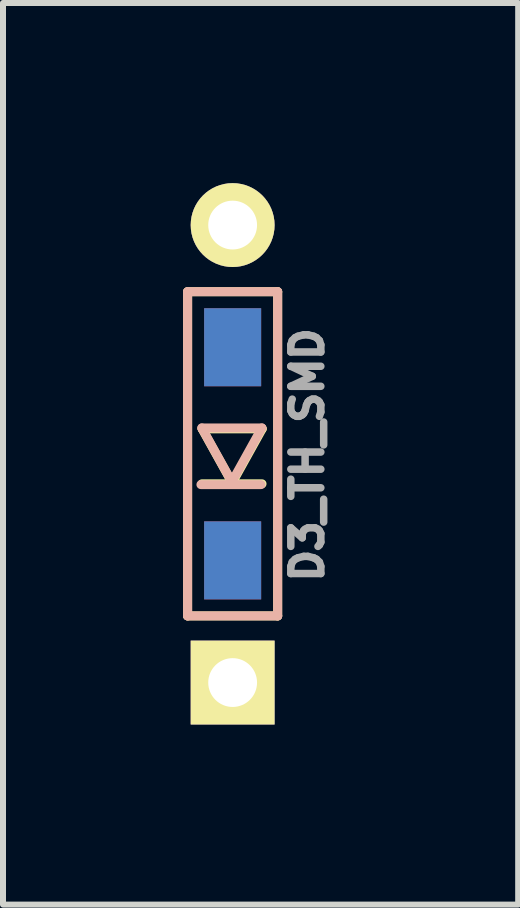
<source format=kicad_pcb>
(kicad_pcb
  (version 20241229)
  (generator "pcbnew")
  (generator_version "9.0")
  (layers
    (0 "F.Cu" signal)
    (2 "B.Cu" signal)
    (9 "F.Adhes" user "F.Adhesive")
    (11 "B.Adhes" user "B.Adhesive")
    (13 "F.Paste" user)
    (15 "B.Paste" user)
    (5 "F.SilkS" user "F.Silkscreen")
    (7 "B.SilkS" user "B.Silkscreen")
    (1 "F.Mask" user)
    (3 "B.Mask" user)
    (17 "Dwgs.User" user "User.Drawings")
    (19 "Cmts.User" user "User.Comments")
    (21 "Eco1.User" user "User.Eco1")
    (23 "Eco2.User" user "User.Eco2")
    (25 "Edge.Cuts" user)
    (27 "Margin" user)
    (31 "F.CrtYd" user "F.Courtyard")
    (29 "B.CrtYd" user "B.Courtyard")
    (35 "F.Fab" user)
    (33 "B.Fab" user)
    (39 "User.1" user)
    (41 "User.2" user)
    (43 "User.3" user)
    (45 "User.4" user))
  (footprint "D3_TH_SMD"
    (layer "F.Cu")
    (at 0.802 4.542)
    (property "Reference" "D3_TH_SMD" (at 1.267 -0.015 270) (layer "F.Fab") (effects (font (size 0.5 0.5) (thickness 0.125))))
    (attr through_hole)
    (fp_line (start -0.727 -2.733) (end -0.727 2.667) (stroke (width 0.15) (type solid)) (layer "F.SilkS"))
    (fp_line (start -0.727 2.667) (end 0.773 2.667) (stroke (width 0.15) (type solid)) (layer "F.SilkS"))
    (fp_line (start -0.485 -0.449) (end 0.515 -0.449) (stroke (width 0.15) (type solid)) (layer "F.SilkS"))
    (fp_line (start 0.015 0.451) (end -0.485 -0.449) (stroke (width 0.15) (type solid)) (layer "F.SilkS"))
    (fp_line (start 0.512 0.467) (end -0.488 0.467) (stroke (width 0.15) (type solid)) (layer "F.SilkS"))
    (fp_line (start 0.515 -0.449) (end 0.015 0.451) (stroke (width 0.15) (type solid)) (layer "F.SilkS"))
    (fp_line (start 0.773 -2.733) (end -0.727 -2.733) (stroke (width 0.15) (type solid)) (layer "F.SilkS"))
    (fp_line (start 0.773 2.667) (end 0.773 -2.733) (stroke (width 0.15) (type solid)) (layer "F.SilkS"))
    (fp_line (start -0.727 -2.733) (end -0.727 2.667) (stroke (width 0.15) (type solid)) (layer "B.SilkS"))
    (fp_line (start -0.727 2.667) (end 0.773 2.667) (stroke (width 0.15) (type solid)) (layer "B.SilkS"))
    (fp_line (start -0.49 -0.464) (end 0.51 -0.464) (stroke (width 0.15) (type solid)) (layer "B.SilkS"))
    (fp_line (start 0.01 0.436) (end -0.49 -0.464) (stroke (width 0.15) (type solid)) (layer "B.SilkS"))
    (fp_line (start 0.495 0.48) (end -0.505 0.48) (stroke (width 0.15) (type solid)) (layer "B.SilkS"))
    (fp_line (start 0.51 -0.464) (end 0.01 0.436) (stroke (width 0.15) (type solid)) (layer "B.SilkS"))
    (fp_line (start 0.773 -2.733) (end -0.727 -2.733) (stroke (width 0.15) (type solid)) (layer "B.SilkS"))
    (fp_line (start 0.773 2.667) (end 0.773 -2.733) (stroke (width 0.15) (type solid)) (layer "B.SilkS"))
    (pad "1" thru_hole circle (at 0.023 -3.843 270) (size 1.397 1.397) (drill 0.813) (layers "*.Cu" "*.Mask" "F.SilkS"))
    (pad "1" smd rect (at 0.023 -1.808 270) (size 1.3 0.95) (layers "F.Cu" "F.Mask" "F.Paste"))
    (pad "1" smd rect (at 0.023 -1.808 270) (size 1.3 0.95) (layers "B.Cu" "B.Mask" "B.Paste"))
    (pad "2" smd rect (at 0.023 1.742 270) (size 1.3 0.95) (layers "F.Cu" "F.Mask" "F.Paste"))
    (pad "2" smd rect (at 0.023 1.742 270) (size 1.3 0.95) (layers "B.Cu" "B.Mask" "B.Paste"))
    (pad "2" thru_hole rect (at 0.023 3.777 270) (size 1.397 1.397) (drill 0.813) (layers "*.Cu" "*.Mask" "F.SilkS")))
  (gr_rect
    (start -3 -3)
    (end 5.581 12.017)
    (stroke (width 0.1) (type default))
    (fill no)
    (layer "Edge.Cuts")))
</source>
